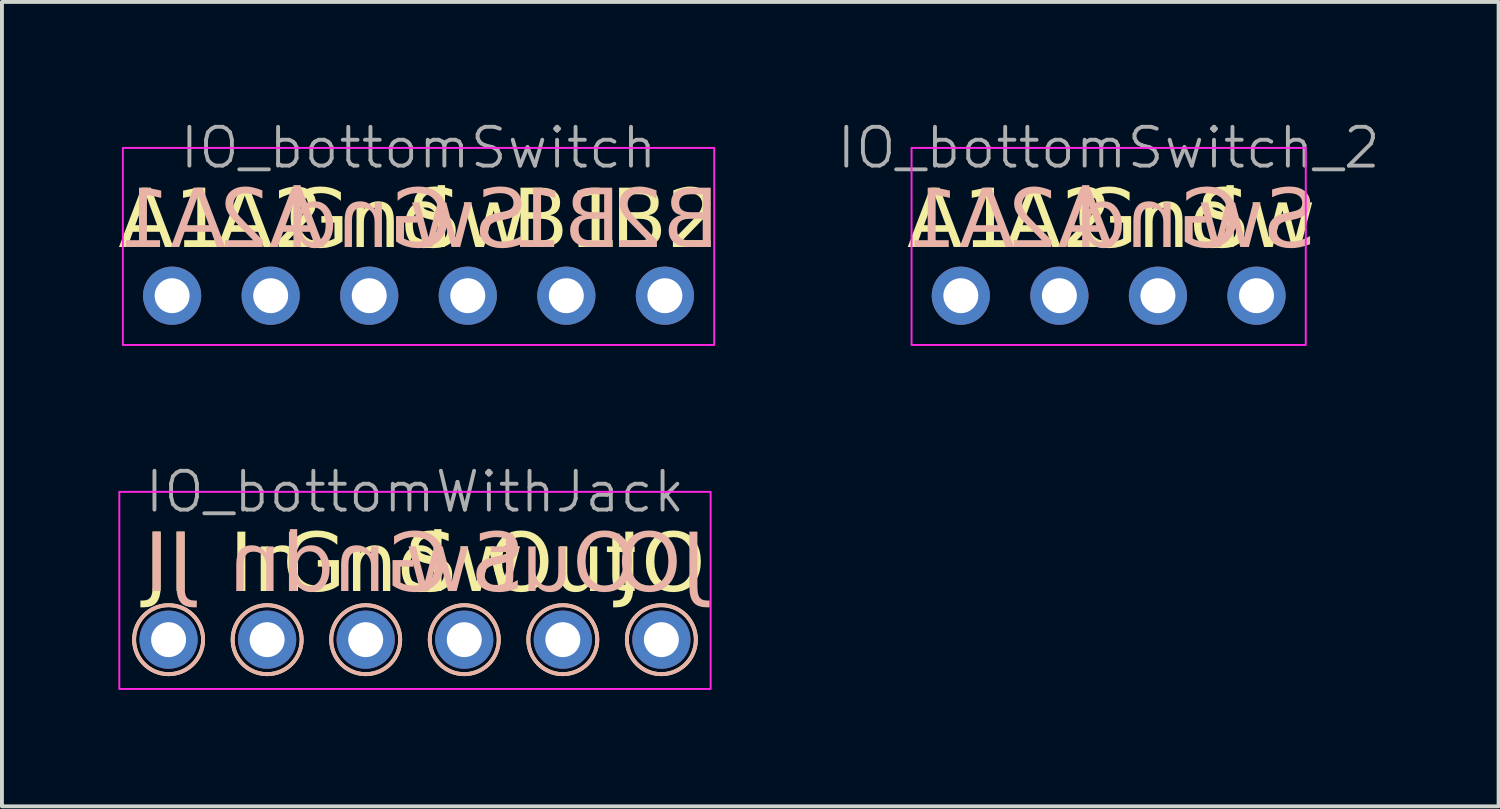
<source format=kicad_pcb>
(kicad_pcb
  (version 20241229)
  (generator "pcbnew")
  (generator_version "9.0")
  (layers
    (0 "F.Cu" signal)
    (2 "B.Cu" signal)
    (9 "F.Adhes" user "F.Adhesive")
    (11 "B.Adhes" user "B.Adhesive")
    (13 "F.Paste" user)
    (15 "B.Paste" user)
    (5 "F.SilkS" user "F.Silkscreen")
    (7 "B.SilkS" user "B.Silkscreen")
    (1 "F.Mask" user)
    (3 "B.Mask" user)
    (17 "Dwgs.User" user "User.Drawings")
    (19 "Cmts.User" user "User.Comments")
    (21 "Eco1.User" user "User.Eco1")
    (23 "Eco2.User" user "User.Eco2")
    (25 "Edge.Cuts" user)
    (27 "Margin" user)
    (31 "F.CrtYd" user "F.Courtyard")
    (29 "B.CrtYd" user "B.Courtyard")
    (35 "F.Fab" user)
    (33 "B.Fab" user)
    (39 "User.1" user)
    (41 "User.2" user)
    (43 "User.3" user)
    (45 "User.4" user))
  (footprint "IO_bottomSwitch"
    (layer "F.Cu")
    (at 7.736 4.571)
    (property "Reference" "IO_bottomSwitch" (at 0 -3.81 0) (unlocked yes) (layer "F.Fab") (effects (font (size 1 1) (thickness 0.1))))
    (attr through_hole)
    (fp_rect (start -7.62 -3.81) (end 7.62 1.27) (stroke (width 0.05) (type default)) (fill no) (layer "F.CrtYd"))
    (fp_text user "Sw" (at 1.27 -1 0) (layer "F.SilkS") (effects (font (face "Milk Run") (size 1.5 1.5) (thickness 0.15)) (justify bottom)))
    (fp_text user "A2" (at -3.81 -1 0) (layer "F.SilkS") (effects (font (face "Milk Run") (size 1.5 1.5) (thickness 0.15)) (justify bottom)))
    (fp_text user "B1" (at 3.81 -1 0) (layer "F.SilkS") (effects (font (face "Milk Run") (size 1.5 1.5) (thickness 0.15)) (justify bottom)))
    (fp_text user "Gnd" (at -1.27 -1 0) (layer "F.SilkS") (effects (font (face "Milk Run") (size 1.5 1.5) (thickness 0.15)) (justify bottom)))
    (fp_text user "A1" (at -6.35 -1 0) (layer "F.SilkS") (effects (font (face "Milk Run") (size 1.5 1.5) (thickness 0.15)) (justify bottom)))
    (fp_text user "B2" (at 6.35 -1 0) (layer "F.SilkS") (effects (font (face "Milk Run") (size 1.5 1.5) (thickness 0.15)) (justify bottom)))
    (fp_text user "B1" (at 3.81 -1 0) (layer "B.SilkS") (effects (font (face "Milk Run") (size 1.5 1.5) (thickness 0.15)) (justify bottom mirror)))
    (fp_text user "B2" (at 6.35 -1 0) (layer "B.SilkS") (effects (font (face "Milk Run") (size 1.5 1.5) (thickness 0.15)) (justify bottom mirror)))
    (fp_text user "A2" (at -3.81 -1 0) (layer "B.SilkS") (effects (font (face "Milk Run") (size 1.5 1.5) (thickness 0.15)) (justify bottom mirror)))
    (fp_text user "A1" (at -6.35 -1 0) (layer "B.SilkS") (effects (font (face "Milk Run") (size 1.5 1.5) (thickness 0.15)) (justify bottom mirror)))
    (fp_text user "Gnd" (at -1.27 -1 0) (layer "B.SilkS") (effects (font (face "Milk Run") (size 1.5 1.5) (thickness 0.15)) (justify bottom mirror)))
    (fp_text user "Sw" (at 1.27 -1 0) (layer "B.SilkS") (effects (font (face "Milk Run") (size 1.5 1.5) (thickness 0.15)) (justify bottom mirror)))
    (pad "1" thru_hole circle (at -6.35 0) (size 1.5 1.5) (drill 0.9) (layers "*.Cu" "*.Mask"))
    (pad "2" thru_hole circle (at -3.81 0) (size 1.5 1.5) (drill 0.9) (layers "*.Cu" "*.Mask"))
    (pad "3" thru_hole circle (at -1.27 0) (size 1.5 1.5) (drill 0.9) (layers "*.Cu" "*.Mask"))
    (pad "4" thru_hole circle (at 1.27 0) (size 1.5 1.5) (drill 0.9) (layers "*.Cu" "*.Mask"))
    (pad "5" thru_hole circle (at 3.81 0) (size 1.5 1.5) (drill 0.9) (layers "*.Cu" "*.Mask"))
    (pad "6" thru_hole circle (at 6.35 0) (size 1.5 1.5) (drill 0.9) (layers "*.Cu" "*.Mask")))
  (footprint "IO_bottomSwitch_2"
    (layer "F.Cu")
    (at 25.523 4.571)
    (property "Reference" "IO_bottomSwitch_2" (at 0 -3.81 0) (unlocked yes) (layer "F.Fab") (effects (font (size 1 1) (thickness 0.1))))
    (attr through_hole)
    (fp_rect (start -5.08 -3.81) (end 5.08 1.27) (stroke (width 0.05) (type default)) (fill no) (layer "F.CrtYd"))
    (fp_text user "Gnd" (at 1.27 -1 0) (layer "F.SilkS") (effects (font (face "Milk Run") (size 1.5 1.5) (thickness 0.15)) (justify bottom)))
    (fp_text user "Sw" (at 3.81 -1 0) (layer "F.SilkS") (effects (font (face "Milk Run") (size 1.5 1.5) (thickness 0.15)) (justify bottom)))
    (fp_text user "A2" (at -1.27 -1 0) (layer "F.SilkS") (effects (font (face "Milk Run") (size 1.5 1.5) (thickness 0.15)) (justify bottom)))
    (fp_text user "A1" (at -3.81 -1 0) (layer "F.SilkS") (effects (font (face "Milk Run") (size 1.5 1.5) (thickness 0.15)) (justify bottom)))
    (fp_text user "Gnd" (at 1.27 -1 0) (layer "B.SilkS") (effects (font (face "Milk Run") (size 1.5 1.5) (thickness 0.15)) (justify bottom mirror)))
    (fp_text user "A2" (at -1.27 -1 0) (layer "B.SilkS") (effects (font (face "Milk Run") (size 1.5 1.5) (thickness 0.15)) (justify bottom mirror)))
    (fp_text user "Sw" (at 3.81 -1 0) (layer "B.SilkS") (effects (font (face "Milk Run") (size 1.5 1.5) (thickness 0.15)) (justify bottom mirror)))
    (fp_text user "A1" (at -3.81 -1 0) (layer "B.SilkS") (effects (font (face "Milk Run") (size 1.5 1.5) (thickness 0.15)) (justify bottom mirror)))
    (pad "1" thru_hole circle (at -3.81 0) (size 1.5 1.5) (drill 0.9) (layers "*.Cu" "*.Mask"))
    (pad "2" thru_hole circle (at -1.27 0) (size 1.5 1.5) (drill 0.9) (layers "*.Cu" "*.Mask"))
    (pad "3" thru_hole circle (at 1.27 0) (size 1.5 1.5) (drill 0.9) (layers "*.Cu" "*.Mask"))
    (pad "4" thru_hole circle (at 3.81 0) (size 1.5 1.5) (drill 0.9) (layers "*.Cu" "*.Mask")))
  (footprint "IO_bottomWithJack"
    (layer "F.Cu")
    (at 7.645 13.436)
    (property "Reference" "IO_bottomWithJack" (at 0 -3.81 0) (unlocked yes) (layer "F.Fab") (effects (font (size 1 1) (thickness 0.1))))
    (attr through_hole)
    (fp_circle (center -6.35 0) (end -7.239 0) (stroke (width 0.1) (type default)) (fill no) (layer "F.SilkS"))
    (fp_circle (center -3.81 0) (end -4.699 0) (stroke (width 0.1) (type default)) (fill no) (layer "F.SilkS"))
    (fp_circle (center -1.27 0) (end -2.159 0) (stroke (width 0.1) (type default)) (fill no) (layer "F.SilkS"))
    (fp_circle (center 1.27 0) (end 0.381 0) (stroke (width 0.1) (type default)) (fill no) (layer "F.SilkS"))
    (fp_circle (center 3.81 0) (end 2.921 0) (stroke (width 0.1) (type default)) (fill no) (layer "F.SilkS"))
    (fp_circle (center 6.35 0) (end 5.461 0) (stroke (width 0.1) (type default)) (fill no) (layer "F.SilkS"))
    (fp_circle (center -6.35 0) (end -5.461 0) (stroke (width 0.1) (type default)) (fill no) (layer "B.SilkS"))
    (fp_circle (center -3.81 0) (end -2.921 0) (stroke (width 0.1) (type default)) (fill no) (layer "B.SilkS"))
    (fp_circle (center -1.27 0) (end -0.381 0) (stroke (width 0.1) (type default)) (fill no) (layer "B.SilkS"))
    (fp_circle (center 1.27 0) (end 2.159 0) (stroke (width 0.1) (type default)) (fill no) (layer "B.SilkS"))
    (fp_circle (center 3.81 0) (end 4.699 0) (stroke (width 0.1) (type default)) (fill no) (layer "B.SilkS"))
    (fp_circle (center 6.35 0) (end 7.239 0) (stroke (width 0.1) (type default)) (fill no) (layer "B.SilkS"))
    (fp_rect (start -7.62 -3.81) (end 7.62 1.27) (stroke (width 0.05) (type default)) (fill no) (layer "F.CrtYd"))
    (fp_text user "Gnd" (at -1.27 -1 0) (layer "F.SilkS") (effects (font (face "Milk Run") (size 1.5 1.5) (thickness 0.15)) (justify bottom)))
    (fp_text user "Sw" (at 1.27 -1 0) (layer "F.SilkS") (effects (font (face "Milk Run") (size 1.5 1.5) (thickness 0.15)) (justify bottom)))
    (fp_text user "JO" (at 6.35 -1 0) (layer "F.SilkS") (effects (font (face "Milk Run") (size 1.5 1.5) (thickness 0.15)) (justify bottom)))
    (fp_text user "JI" (at -6.35 -1 0) (layer "F.SilkS") (effects (font (face "Milk Run") (size 1.5 1.5) (thickness 0.15)) (justify bottom)))
    (fp_text user "In" (at -3.81 -1 0) (layer "F.SilkS") (effects (font (face "Milk Run") (size 1.5 1.5) (thickness 0.15)) (justify bottom)))
    (fp_text user "Out" (at 3.81 -1 0) (layer "F.SilkS") (effects (font (face "Milk Run") (size 1.5 1.5) (thickness 0.15)) (justify bottom)))
    (fp_text user "Gnd" (at -1.27 -1 0) (layer "B.SilkS") (effects (font (face "Milk Run") (size 1.5 1.5) (thickness 0.15)) (justify bottom mirror)))
    (fp_text user "In" (at -3.81 -1 0) (layer "B.SilkS") (effects (font (face "Milk Run") (size 1.5 1.5) (thickness 0.15)) (justify bottom mirror)))
    (fp_text user "JI" (at -6.35 -1 0) (layer "B.SilkS") (effects (font (face "Milk Run") (size 1.5 1.5) (thickness 0.15)) (justify bottom mirror)))
    (fp_text user "Sw" (at 1.27 -1 0) (layer "B.SilkS") (effects (font (face "Milk Run") (size 1.5 1.5) (thickness 0.15)) (justify bottom mirror)))
    (fp_text user "Out" (at 3.81 -1 0) (layer "B.SilkS") (effects (font (face "Milk Run") (size 1.5 1.5) (thickness 0.15)) (justify bottom mirror)))
    (fp_text user "JO" (at 6.35 -1 0) (layer "B.SilkS") (effects (font (face "Milk Run") (size 1.5 1.5) (thickness 0.15)) (justify bottom mirror)))
    (pad "1" thru_hole circle (at -6.35 0) (size 1.5 1.5) (drill 0.9) (layers "*.Cu" "*.Mask"))
    (pad "2" thru_hole circle (at -3.81 0) (size 1.5 1.5) (drill 0.9) (layers "*.Cu" "*.Mask"))
    (pad "3" thru_hole circle (at -1.27 0) (size 1.5 1.5) (drill 0.9) (layers "*.Cu" "*.Mask"))
    (pad "4" thru_hole circle (at 1.27 0) (size 1.5 1.5) (drill 0.9) (layers "*.Cu" "*.Mask"))
    (pad "5" thru_hole circle (at 3.81 0) (size 1.5 1.5) (drill 0.9) (layers "*.Cu" "*.Mask"))
    (pad "6" thru_hole circle (at 6.35 0) (size 1.5 1.5) (drill 0.9) (layers "*.Cu" "*.Mask")))
  (gr_rect
    (start -3 -3)
    (end 35.573 17.731)
    (stroke (width 0.1) (type default))
    (fill no)
    (layer "Edge.Cuts")))
</source>
